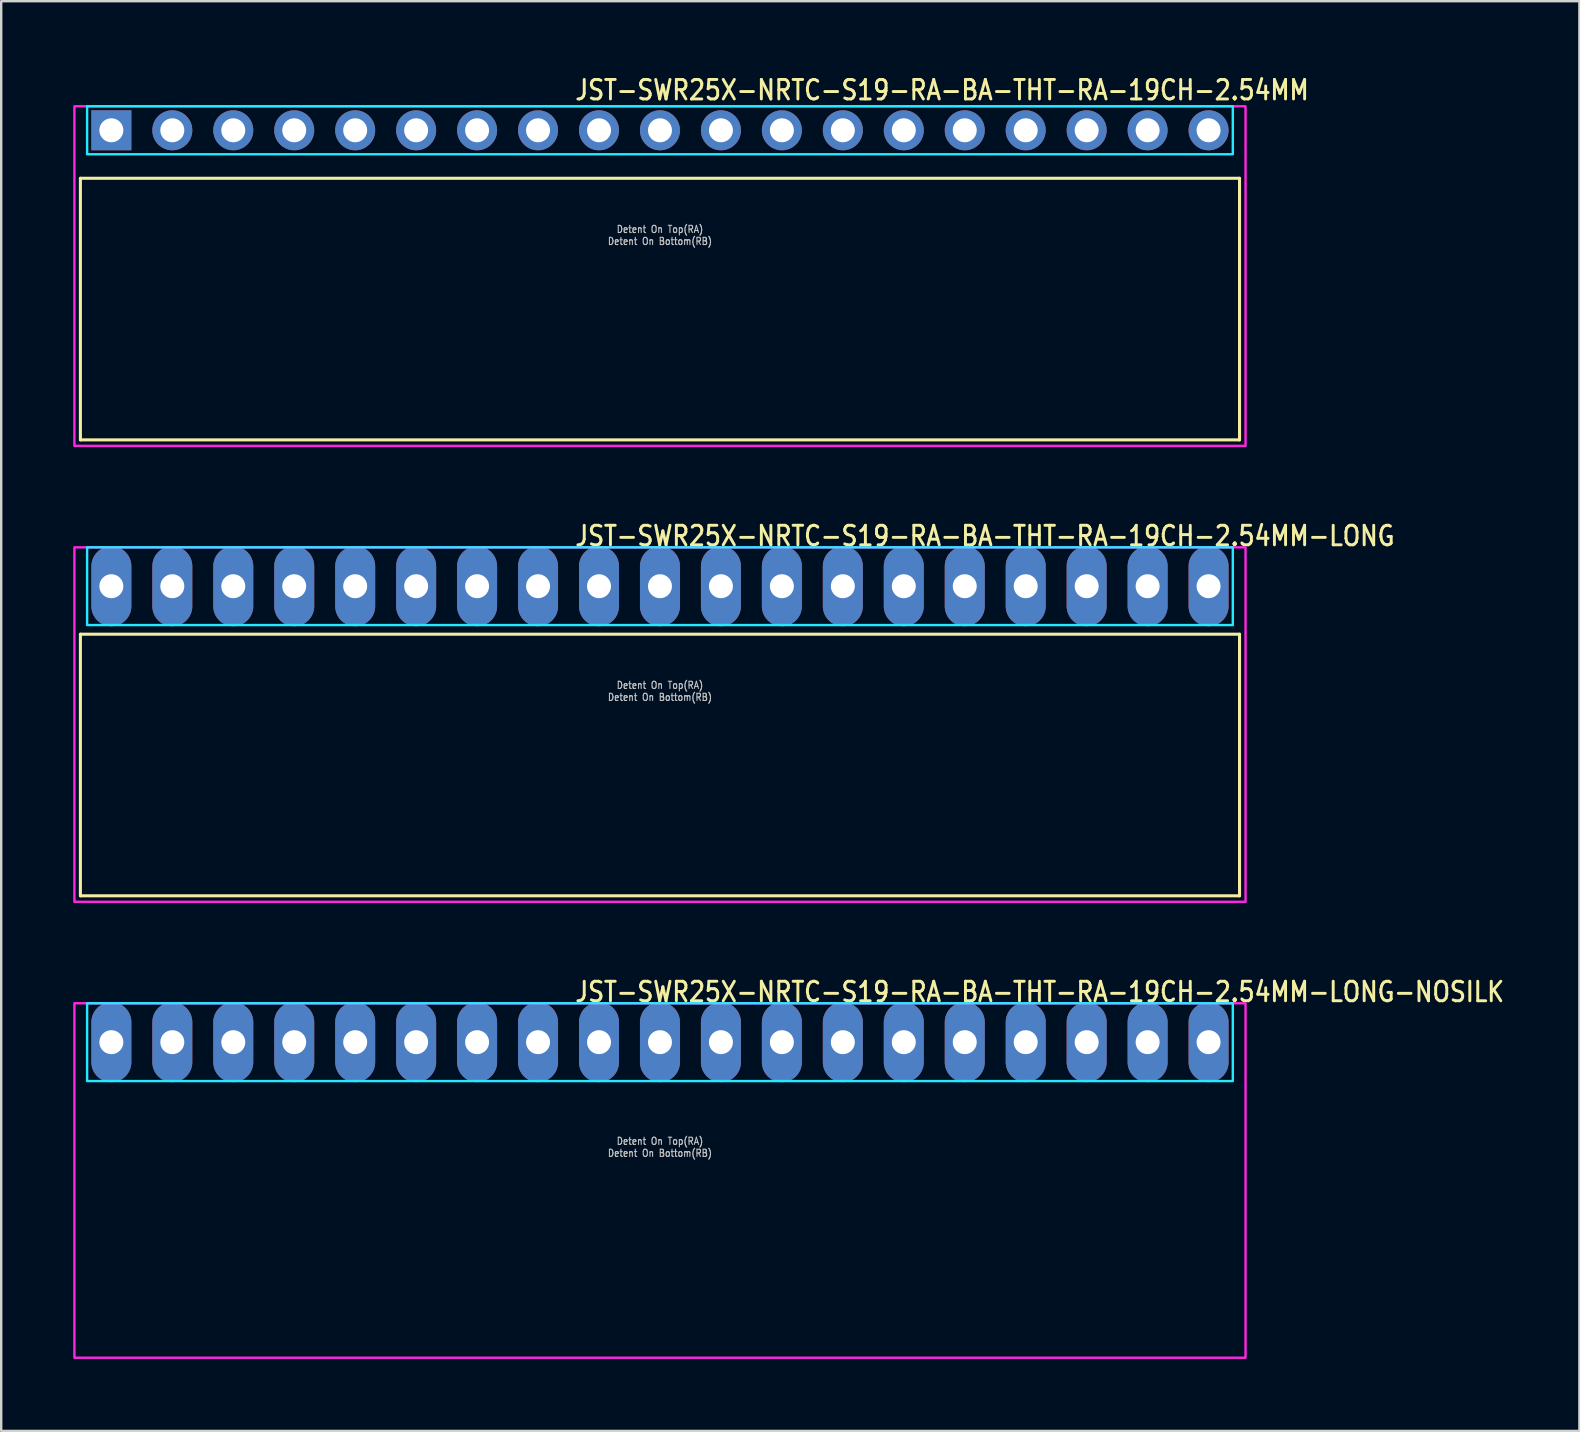
<source format=kicad_pcb>
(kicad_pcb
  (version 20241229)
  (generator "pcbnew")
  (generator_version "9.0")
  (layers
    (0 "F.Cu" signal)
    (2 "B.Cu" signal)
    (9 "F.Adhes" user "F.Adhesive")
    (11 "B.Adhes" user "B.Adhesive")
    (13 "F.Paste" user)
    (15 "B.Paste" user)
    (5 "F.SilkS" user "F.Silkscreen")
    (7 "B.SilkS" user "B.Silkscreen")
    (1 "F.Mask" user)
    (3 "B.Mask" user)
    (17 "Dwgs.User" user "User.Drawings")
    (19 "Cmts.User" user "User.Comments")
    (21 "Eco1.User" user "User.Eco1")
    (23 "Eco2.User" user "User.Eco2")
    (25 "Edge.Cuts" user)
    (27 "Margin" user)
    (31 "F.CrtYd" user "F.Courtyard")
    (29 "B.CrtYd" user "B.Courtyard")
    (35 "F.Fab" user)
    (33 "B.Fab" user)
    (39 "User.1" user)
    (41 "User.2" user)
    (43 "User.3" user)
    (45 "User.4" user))
  (footprint "JST-SWR25X-NRTC-S19-RA-BA-THT-RA-19CH-2.54MM-LONG-NOSILK"
    (layer "F.Cu")
    (at 24.45 40.376)
    (property "Reference" "JST-SWR25X-NRTC-S19-RA-BA-THT-RA-19CH-2.54MM-LONG-NOSILK" (at -3.6 -1.62 0) (unlocked yes) (layer "F.SilkS") (effects (font (size 0.813 0.695) (thickness 0.122)) (justify left bottom)))
    (fp_poly (pts (xy -23.87 -1.62) (xy -23.87 1.62) (xy 23.87 1.62) (xy 23.87 -1.62)) (stroke (width 0.1) (type solid)) (fill no) (layer "B.CrtYd"))
    (fp_poly (pts (xy -24.4 -1.62) (xy -24.4 13.15) (xy 24.4 13.15) (xy 24.4 -1.62)) (stroke (width 0.1) (type solid)) (fill no) (layer "F.CrtYd"))
    (fp_text user "Detent On Bottom(RB)" (at 0 4.8 0) (unlocked yes) (layer "Dwgs.User") (effects (font (size 0.3 0.257) (thickness 0.045)) (justify bottom)))
    (fp_text user "Detent On Top(RA)" (at 0 4.3 0) (unlocked yes) (layer "Dwgs.User") (effects (font (size 0.3 0.257) (thickness 0.045)) (justify bottom)))
    (pad "1" thru_hole oval (at -22.86 0 90) (size 3.333 1.667) (drill 1) (layers "*.Cu" "*.Mask"))
    (pad "2" thru_hole oval (at -20.32 0 90) (size 3.333 1.667) (drill 1) (layers "*.Cu" "*.Mask"))
    (pad "3" thru_hole oval (at -17.78 0 90) (size 3.333 1.667) (drill 1) (layers "*.Cu" "*.Mask"))
    (pad "4" thru_hole oval (at -15.24 0 90) (size 3.333 1.667) (drill 1) (layers "*.Cu" "*.Mask"))
    (pad "5" thru_hole oval (at -12.7 0 90) (size 3.333 1.667) (drill 1) (layers "*.Cu" "*.Mask"))
    (pad "6" thru_hole oval (at -10.16 0 90) (size 3.333 1.667) (drill 1) (layers "*.Cu" "*.Mask"))
    (pad "7" thru_hole oval (at -7.62 0 90) (size 3.333 1.667) (drill 1) (layers "*.Cu" "*.Mask"))
    (pad "8" thru_hole oval (at -5.08 0 90) (size 3.333 1.667) (drill 1) (layers "*.Cu" "*.Mask"))
    (pad "9" thru_hole oval (at -2.54 0 90) (size 3.333 1.667) (drill 1) (layers "*.Cu" "*.Mask"))
    (pad "10" thru_hole oval (at 0 0 90) (size 3.333 1.667) (drill 1) (layers "*.Cu" "*.Mask"))
    (pad "11" thru_hole oval (at 2.54 0 90) (size 3.333 1.667) (drill 1) (layers "*.Cu" "*.Mask"))
    (pad "12" thru_hole oval (at 5.08 0 90) (size 3.333 1.667) (drill 1) (layers "*.Cu" "*.Mask"))
    (pad "13" thru_hole oval (at 7.62 0 90) (size 3.333 1.667) (drill 1) (layers "*.Cu" "*.Mask"))
    (pad "14" thru_hole oval (at 10.16 0 90) (size 3.333 1.667) (drill 1) (layers "*.Cu" "*.Mask"))
    (pad "15" thru_hole oval (at 12.7 0 90) (size 3.333 1.667) (drill 1) (layers "*.Cu" "*.Mask"))
    (pad "16" thru_hole oval (at 15.24 0 90) (size 3.333 1.667) (drill 1) (layers "*.Cu" "*.Mask"))
    (pad "17" thru_hole oval (at 17.78 0 90) (size 3.333 1.667) (drill 1) (layers "*.Cu" "*.Mask"))
    (pad "18" thru_hole oval (at 20.32 0 90) (size 3.333 1.667) (drill 1) (layers "*.Cu" "*.Mask"))
    (pad "19" thru_hole oval (at 22.86 0 90) (size 3.333 1.667) (drill 1) (layers "*.Cu" "*.Mask")))
  (footprint "JST-SWR25X-NRTC-S19-RA-BA-THT-RA-19CH-2.54MM-LONG"
    (layer "F.Cu")
    (at 24.45 21.377)
    (property "Reference" "JST-SWR25X-NRTC-S19-RA-BA-THT-RA-19CH-2.54MM-LONG" (at -3.6 -1.62 0) (unlocked yes) (layer "F.SilkS") (effects (font (size 0.813 0.695) (thickness 0.122)) (justify left bottom)))
    (fp_line (start -24.15 2) (end 24.15 2) (stroke (width 0.127) (type solid)) (layer "F.SilkS"))
    (fp_line (start -24.15 12.9) (end -24.15 2) (stroke (width 0.127) (type solid)) (layer "F.SilkS"))
    (fp_line (start -24.15 12.9) (end 24.15 12.9) (stroke (width 0.127) (type solid)) (layer "F.SilkS"))
    (fp_line (start 24.15 2) (end 24.15 12.9) (stroke (width 0.127) (type solid)) (layer "F.SilkS"))
    (fp_poly (pts (xy -23.87 -1.62) (xy -23.87 1.62) (xy 23.87 1.62) (xy 23.87 -1.62)) (stroke (width 0.1) (type solid)) (fill no) (layer "B.CrtYd"))
    (fp_poly (pts (xy -24.4 -1.62) (xy -24.4 13.15) (xy 24.4 13.15) (xy 24.4 -1.62)) (stroke (width 0.1) (type solid)) (fill no) (layer "F.CrtYd"))
    (fp_text user "Detent On Top(RA)" (at 0 4.3 0) (unlocked yes) (layer "Dwgs.User") (effects (font (size 0.3 0.257) (thickness 0.045)) (justify bottom)))
    (fp_text user "Detent On Bottom(RB)" (at 0 4.8 0) (unlocked yes) (layer "Dwgs.User") (effects (font (size 0.3 0.257) (thickness 0.045)) (justify bottom)))
    (pad "1" thru_hole oval (at -22.86 0 90) (size 3.333 1.667) (drill 1) (layers "*.Cu" "*.Mask"))
    (pad "2" thru_hole oval (at -20.32 0 90) (size 3.333 1.667) (drill 1) (layers "*.Cu" "*.Mask"))
    (pad "3" thru_hole oval (at -17.78 0 90) (size 3.333 1.667) (drill 1) (layers "*.Cu" "*.Mask"))
    (pad "4" thru_hole oval (at -15.24 0 90) (size 3.333 1.667) (drill 1) (layers "*.Cu" "*.Mask"))
    (pad "5" thru_hole oval (at -12.7 0 90) (size 3.333 1.667) (drill 1) (layers "*.Cu" "*.Mask"))
    (pad "6" thru_hole oval (at -10.16 0 90) (size 3.333 1.667) (drill 1) (layers "*.Cu" "*.Mask"))
    (pad "7" thru_hole oval (at -7.62 0 90) (size 3.333 1.667) (drill 1) (layers "*.Cu" "*.Mask"))
    (pad "8" thru_hole oval (at -5.08 0 90) (size 3.333 1.667) (drill 1) (layers "*.Cu" "*.Mask"))
    (pad "9" thru_hole oval (at -2.54 0 90) (size 3.333 1.667) (drill 1) (layers "*.Cu" "*.Mask"))
    (pad "10" thru_hole oval (at 0 0 90) (size 3.333 1.667) (drill 1) (layers "*.Cu" "*.Mask"))
    (pad "11" thru_hole oval (at 2.54 0 90) (size 3.333 1.667) (drill 1) (layers "*.Cu" "*.Mask"))
    (pad "12" thru_hole oval (at 5.08 0 90) (size 3.333 1.667) (drill 1) (layers "*.Cu" "*.Mask"))
    (pad "13" thru_hole oval (at 7.62 0 90) (size 3.333 1.667) (drill 1) (layers "*.Cu" "*.Mask"))
    (pad "14" thru_hole oval (at 10.16 0 90) (size 3.333 1.667) (drill 1) (layers "*.Cu" "*.Mask"))
    (pad "15" thru_hole oval (at 12.7 0 90) (size 3.333 1.667) (drill 1) (layers "*.Cu" "*.Mask"))
    (pad "16" thru_hole oval (at 15.24 0 90) (size 3.333 1.667) (drill 1) (layers "*.Cu" "*.Mask"))
    (pad "17" thru_hole oval (at 17.78 0 90) (size 3.333 1.667) (drill 1) (layers "*.Cu" "*.Mask"))
    (pad "18" thru_hole oval (at 20.32 0 90) (size 3.333 1.667) (drill 1) (layers "*.Cu" "*.Mask"))
    (pad "19" thru_hole oval (at 22.86 0 90) (size 3.333 1.667) (drill 1) (layers "*.Cu" "*.Mask")))
  (footprint "JST-SWR25X-NRTC-S19-RA-BA-THT-RA-19CH-2.54MM"
    (layer "F.Cu")
    (at 24.45 2.379)
    (property "Reference" "JST-SWR25X-NRTC-S19-RA-BA-THT-RA-19CH-2.54MM" (at -3.6 -1.2 0) (unlocked yes) (layer "F.SilkS") (effects (font (size 0.813 0.695) (thickness 0.122)) (justify left bottom)))
    (fp_line (start -24.15 2) (end 24.15 2) (stroke (width 0.127) (type solid)) (layer "F.SilkS"))
    (fp_line (start -24.15 12.9) (end -24.15 2) (stroke (width 0.127) (type solid)) (layer "F.SilkS"))
    (fp_line (start -24.15 12.9) (end 24.15 12.9) (stroke (width 0.127) (type solid)) (layer "F.SilkS"))
    (fp_line (start 24.15 2) (end 24.15 12.9) (stroke (width 0.127) (type solid)) (layer "F.SilkS"))
    (fp_poly (pts (xy -23.87 -1) (xy -23.87 1) (xy 23.87 1) (xy 23.87 -1)) (stroke (width 0.1) (type solid)) (fill no) (layer "B.CrtYd"))
    (fp_poly (pts (xy -24.4 -1) (xy -24.4 13.15) (xy 24.4 13.15) (xy 24.4 -1)) (stroke (width 0.1) (type solid)) (fill no) (layer "F.CrtYd"))
    (fp_text user "Detent On Top(RA)" (at 0 4.3 0) (unlocked yes) (layer "Dwgs.User") (effects (font (size 0.3 0.257) (thickness 0.045)) (justify bottom)))
    (fp_text user "Detent On Bottom(RB)" (at 0 4.8 0) (unlocked yes) (layer "Dwgs.User") (effects (font (size 0.3 0.257) (thickness 0.045)) (justify bottom)))
    (pad "1" thru_hole rect (at -22.86 0) (size 1.667 1.667) (drill 1) (layers "*.Cu" "*.Mask"))
    (pad "2" thru_hole oval (at -20.32 0) (size 1.667 1.667) (drill 1) (layers "*.Cu" "*.Mask"))
    (pad "3" thru_hole oval (at -17.78 0) (size 1.667 1.667) (drill 1) (layers "*.Cu" "*.Mask"))
    (pad "4" thru_hole oval (at -15.24 0) (size 1.667 1.667) (drill 1) (layers "*.Cu" "*.Mask"))
    (pad "5" thru_hole oval (at -12.7 0) (size 1.667 1.667) (drill 1) (layers "*.Cu" "*.Mask"))
    (pad "6" thru_hole oval (at -10.16 0) (size 1.667 1.667) (drill 1) (layers "*.Cu" "*.Mask"))
    (pad "7" thru_hole oval (at -7.62 0) (size 1.667 1.667) (drill 1) (layers "*.Cu" "*.Mask"))
    (pad "8" thru_hole oval (at -5.08 0) (size 1.667 1.667) (drill 1) (layers "*.Cu" "*.Mask"))
    (pad "9" thru_hole oval (at -2.54 0) (size 1.667 1.667) (drill 1) (layers "*.Cu" "*.Mask"))
    (pad "10" thru_hole oval (at 0 0) (size 1.667 1.667) (drill 1) (layers "*.Cu" "*.Mask"))
    (pad "11" thru_hole oval (at 2.54 0) (size 1.667 1.667) (drill 1) (layers "*.Cu" "*.Mask"))
    (pad "12" thru_hole oval (at 5.08 0) (size 1.667 1.667) (drill 1) (layers "*.Cu" "*.Mask"))
    (pad "13" thru_hole oval (at 7.62 0) (size 1.667 1.667) (drill 1) (layers "*.Cu" "*.Mask"))
    (pad "14" thru_hole oval (at 10.16 0) (size 1.667 1.667) (drill 1) (layers "*.Cu" "*.Mask"))
    (pad "15" thru_hole oval (at 12.7 0) (size 1.667 1.667) (drill 1) (layers "*.Cu" "*.Mask"))
    (pad "16" thru_hole oval (at 15.24 0) (size 1.667 1.667) (drill 1) (layers "*.Cu" "*.Mask"))
    (pad "17" thru_hole oval (at 17.78 0) (size 1.667 1.667) (drill 1) (layers "*.Cu" "*.Mask"))
    (pad "18" thru_hole oval (at 20.32 0) (size 1.667 1.667) (drill 1) (layers "*.Cu" "*.Mask"))
    (pad "19" thru_hole oval (at 22.86 0) (size 1.667 1.667) (drill 1) (layers "*.Cu" "*.Mask")))
  (gr_rect
    (start -3 -3)
    (end 62.762 56.576)
    (stroke (width 0.1) (type default))
    (fill no)
    (layer "Edge.Cuts")))
</source>
